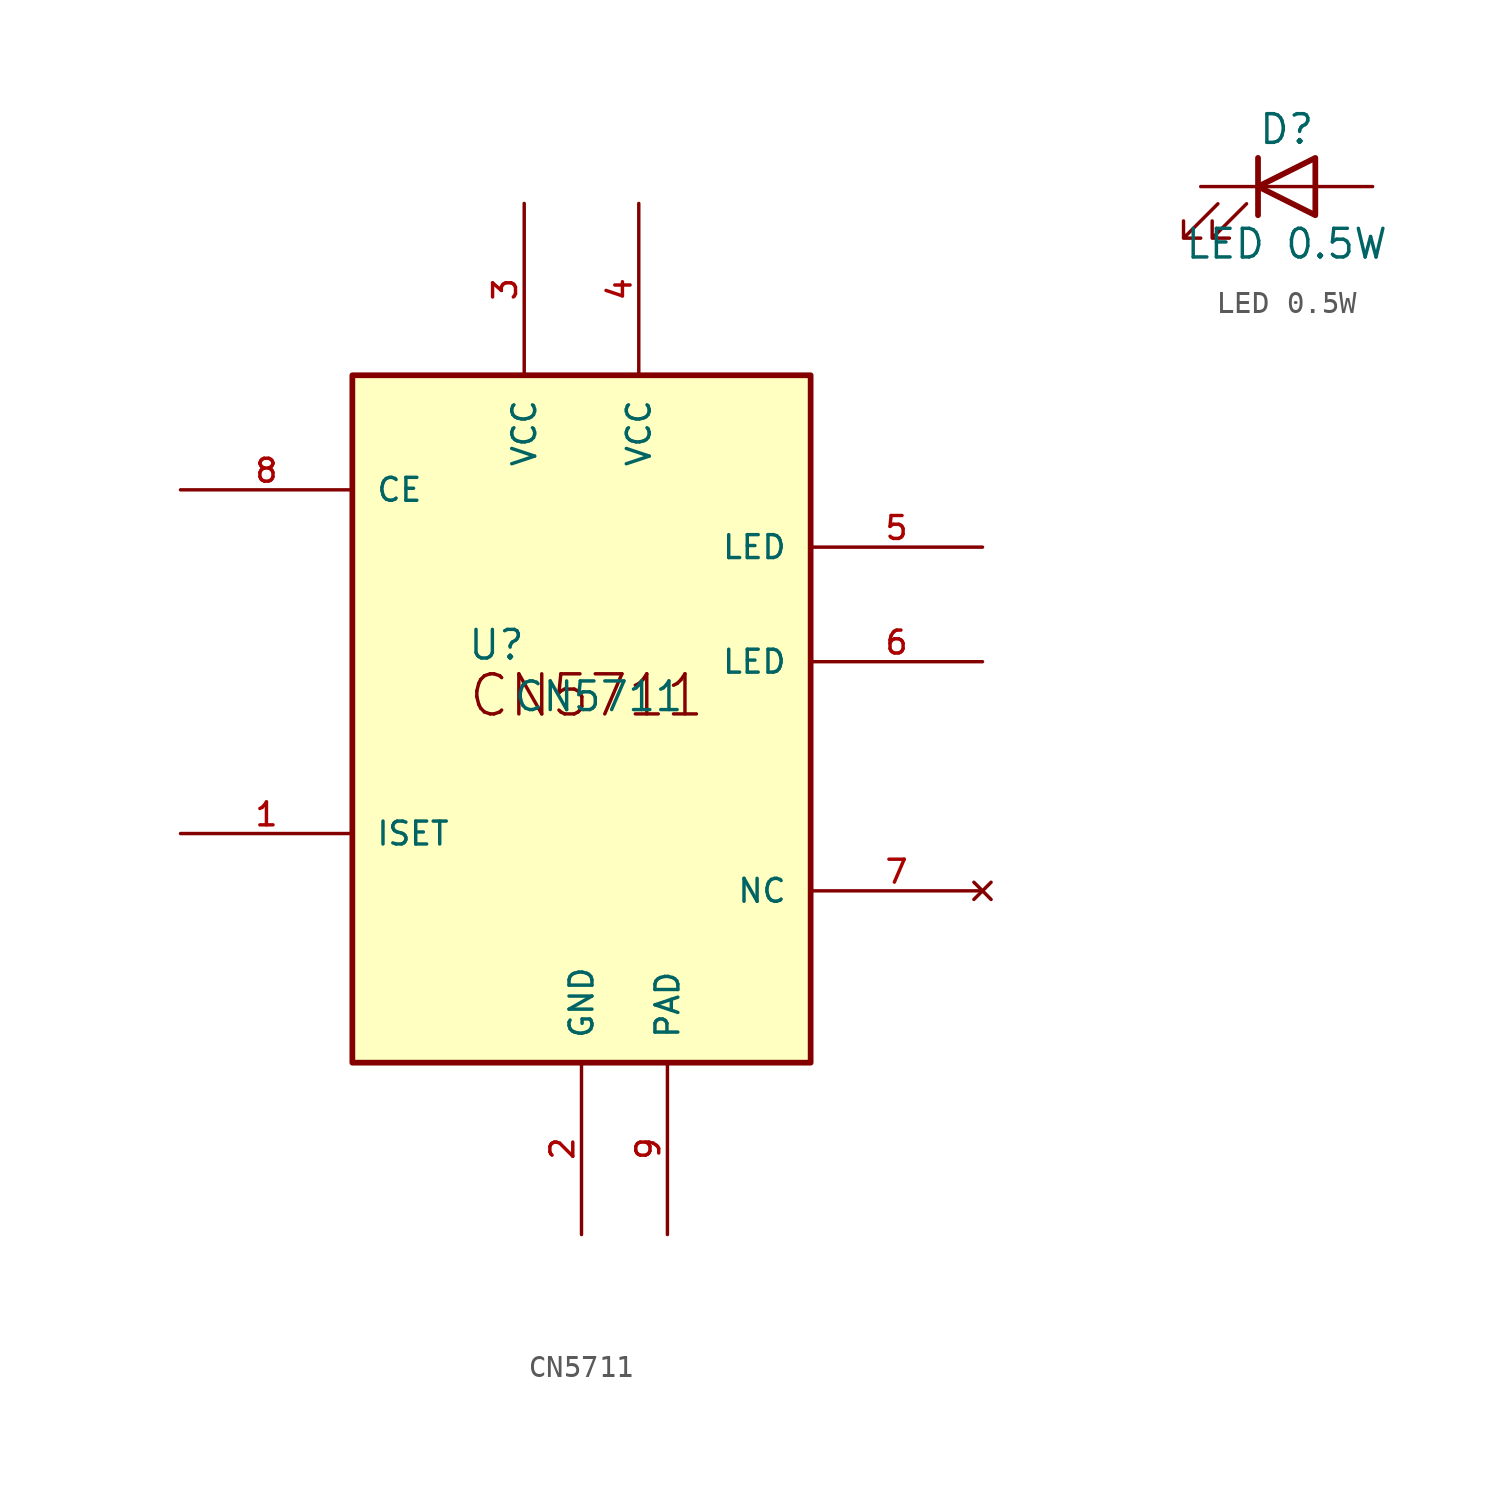
<source format=kicad_sym>
(kicad_symbol_lib
  (version 20231120)
  (generator "kicad_symbol_editor")
  (generator_version "8.0")
  (symbol "CN5711"
    (pin_names
      (offset 1.016))
    (property "Reference" "U"
      (at -5.08 2.54 0)
      (effects (font (size 1.27 1.27)) (justify left bottom)))
    (property "Value" "CN5711"
      (at 0.762 0.254 0)
      (effects (font (size 1.27 1.27)) (justify bottom)))
    (symbol "CN5711_0_0"
      (rectangle (start -10.16 15.24) (end 10.16 -15.24) (stroke (width 0.254) (type default)) (fill (type background)))
      (text "CN5711" (at -5.08 0 0) (effects (font (size 1.778 1.778)) (justify left bottom)))
      (pin bidirectional line (at -17.78 -5.08 0) (length 7.62) (name "ISET" (effects (font (size 1.016 1.016)))) (number "1" (effects (font (size 1.016 1.016)))))
      (pin bidirectional line (at 0 -22.86 90) (length 7.62) (name "GND" (effects (font (size 1.016 1.016)))) (number "2" (effects (font (size 1.016 1.016)))))
      (pin bidirectional line (at -2.54 22.86 270) (length 7.62) (name "VCC" (effects (font (size 1.016 1.016)))) (number "3" (effects (font (size 1.016 1.016)))))
      (pin bidirectional line (at 2.54 22.86 270) (length 7.62) (name "VCC" (effects (font (size 1.016 1.016)))) (number "4" (effects (font (size 1.016 1.016)))))
      (pin bidirectional line (at 17.78 7.62 180) (length 7.62) (name "LED" (effects (font (size 1.016 1.016)))) (number "5" (effects (font (size 1.016 1.016)))))
      (pin bidirectional line (at 17.78 2.54 180) (length 7.62) (name "LED" (effects (font (size 1.016 1.016)))) (number "6" (effects (font (size 1.016 1.016)))))
      (pin no_connect line (at 17.78 -7.62 180) (length 7.62) (name "NC" (effects (font (size 1.016 1.016)))) (number "7" (effects (font (size 1.016 1.016)))))
      (pin bidirectional line (at -17.78 10.16 0) (length 7.62) (name "CE" (effects (font (size 1.016 1.016)))) (number "8" (effects (font (size 1.016 1.016))))))
    (symbol "CN5711_1_0"
      (pin bidirectional line (at 3.81 -22.86 90) (length 7.62) (name "PAD" (effects (font (size 1.016 1.016)))) (number "9" (effects (font (size 1.016 1.016)))))))
  (symbol "LED 0.5W"
    (pin_numbers hide)
    (pin_names
      (offset 1.016) hide)
    (property "Reference" "D"
      (at 0 2.54 0)
      (effects (font (size 1.27 1.27))))
    (property "Value" "LED 0.5W"
      (at 0 -2.54 0)
      (effects (font (size 1.27 1.27))))
    (symbol "LED 0.5W_0_1"
      (polyline (pts (xy -1.27 -1.27) (xy -1.27 1.27)) (stroke (width 0.254) (type default)) (fill (type none)))
      (polyline (pts (xy -1.27 0) (xy 1.27 0)) (stroke (width 0) (type default)) (fill (type none)))
      (polyline (pts (xy 1.27 -1.27) (xy 1.27 1.27) (xy -1.27 0) (xy 1.27 -1.27)) (stroke (width 0.254) (type default)) (fill (type none)))
      (polyline (pts (xy -3.048 -0.762) (xy -4.572 -2.286) (xy -3.81 -2.286) (xy -4.572 -2.286) (xy -4.572 -1.524)) (stroke (width 0) (type default)) (fill (type none)))
      (polyline (pts (xy -1.778 -0.762) (xy -3.302 -2.286) (xy -2.54 -2.286) (xy -3.302 -2.286) (xy -3.302 -1.524)) (stroke (width 0) (type default)) (fill (type none))))
    (symbol "LED 0.5W_1_1"
      (pin passive line (at -3.81 0 0) (length 2.54) (name "K" (effects (font (size 1.27 1.27)))) (number "1" (effects (font (size 1.27 1.27)))))
      (pin passive line (at 3.81 0 180) (length 2.54) (name "A" (effects (font (size 1.27 1.27)))) (number "2" (effects (font (size 1.27 1.27))))))))
</source>
